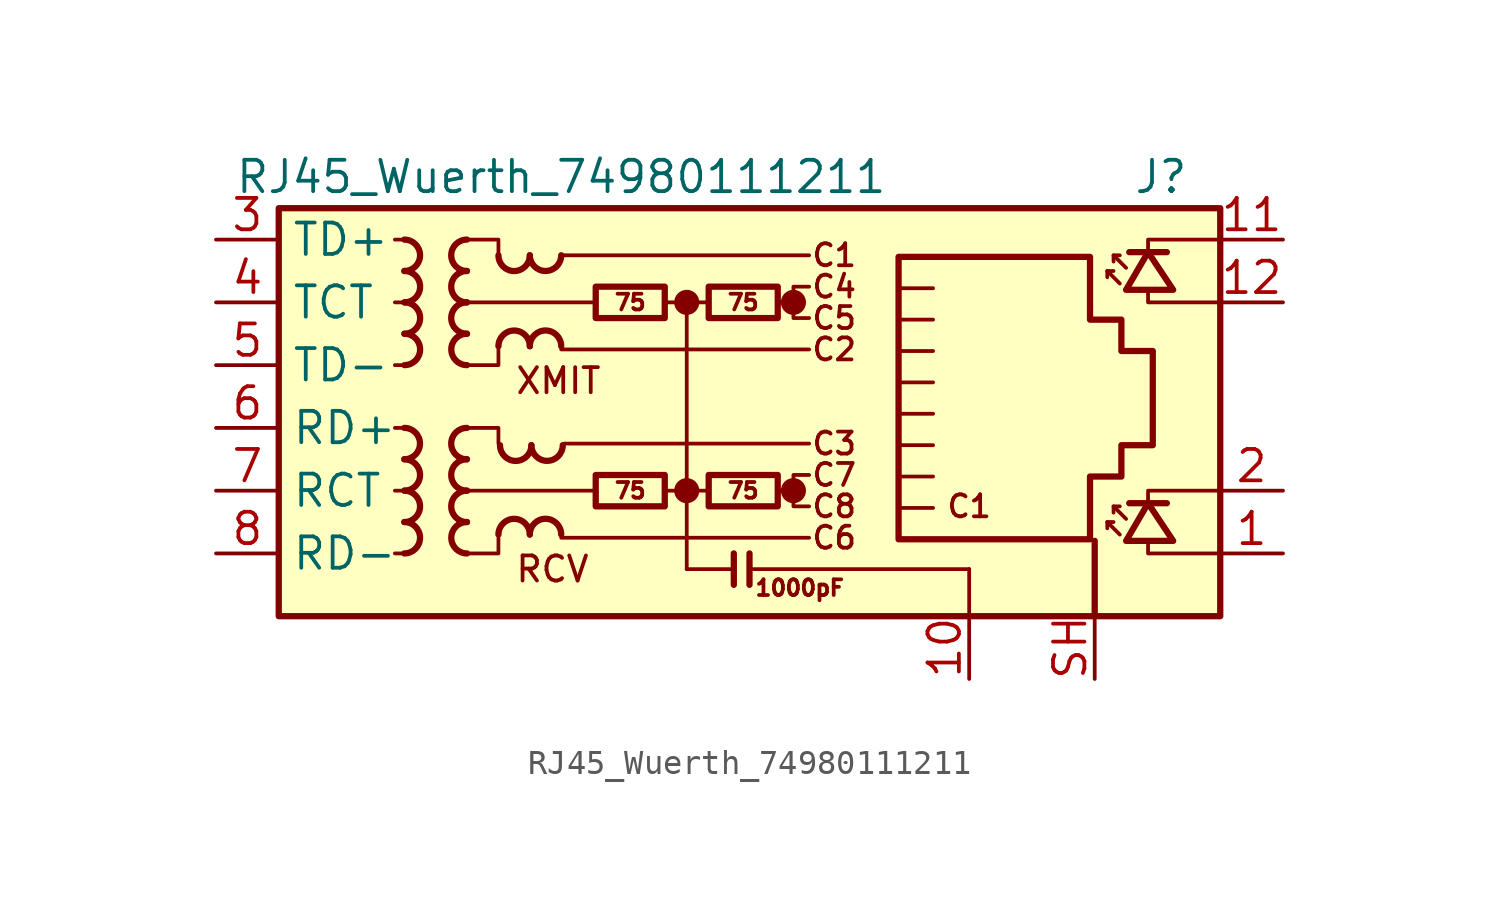
<source format=kicad_sym>
(kicad_symbol_lib
  (version 20241209)
  (generator "kicad_symbol_editor")
  (generator_version "9.0")
  (symbol "RJ45_Wuerth_74980111211"
    (property "Reference" "J"
      (at 19.05 10.16 0)
      (effects (font (size 1.27 1.27)) (justify right)))
    (property "Value" "RJ45_Wuerth_74980111211"
      (at -6.35 10.16 0)
      (effects (font (size 1.27 1.27))))
    (symbol "RJ45_Wuerth_74980111211_0_0"
      (circle (center -1.27 5.08) (radius 0.0001) (stroke (width 0.508) (type default)) (fill (type none)))
      (polyline (pts (xy -1.27 5.08) (xy -1.27 -5.715)) (stroke (width 0) (type default)) (fill (type none)))
      (circle (center -1.27 -2.54) (radius 0.0001) (stroke (width 0.508) (type default)) (fill (type none)))
      (polyline (pts (xy 0.635 -5.08) (xy 0.635 -6.35)) (stroke (width 0.254) (type default)) (fill (type none)))
      (polyline (pts (xy 1.27 -5.08) (xy 1.27 -6.35)) (stroke (width 0.254) (type default)) (fill (type none)))
      (polyline (pts (xy 3.048 5.08) (xy 2.54 5.08)) (stroke (width 0) (type default)) (fill (type none)))
      (circle (center 3.048 5.08) (radius 0.0001) (stroke (width 0.508) (type default)) (fill (type none)))
      (polyline (pts (xy 3.048 -2.54) (xy 2.54 -2.54)) (stroke (width 0) (type default)) (fill (type none)))
      (circle (center 3.048 -2.54) (radius 0.0001) (stroke (width 0.508) (type default)) (fill (type none)))
      (polyline (pts (xy 3.683 5.715) (xy 3.048 5.715) (xy 3.048 4.445) (xy 3.683 4.445)) (stroke (width 0) (type default)) (fill (type none)))
      (polyline (pts (xy 3.683 -1.905) (xy 3.048 -1.905) (xy 3.048 -3.175) (xy 3.683 -3.175)) (stroke (width 0) (type default)) (fill (type none)))
      (polyline (pts (xy 17.399 6.985) (xy 17.399 7.62) (xy 20.32 7.62)) (stroke (width 0) (type default)) (fill (type none)))
      (polyline (pts (xy 17.399 -3.175) (xy 17.399 -2.54) (xy 20.32 -2.54)) (stroke (width 0) (type default)) (fill (type none)))
      (polyline (pts (xy 20.32 5.08) (xy 17.399 5.08) (xy 17.399 5.588)) (stroke (width 0) (type default)) (fill (type none)))
      (polyline (pts (xy 20.32 -5.08) (xy 17.399 -5.08) (xy 17.399 -4.572)) (stroke (width 0) (type default)) (fill (type none)))
      (text "XMIT" (at -8.255 1.905 0) (effects (font (size 1.016 1.016)) (justify left)))
      (text "RCV" (at -8.255 -5.715 0) (effects (font (size 1.016 1.016)) (justify left)))
      (text "C1" (at 4.699 6.985 0) (effects (font (size 0.889 0.889))))
      (text "C4" (at 4.699 5.715 0) (effects (font (size 0.889 0.889))))
      (text "C5" (at 4.699 4.445 0) (effects (font (size 0.889 0.889))))
      (text "C2" (at 4.699 3.175 0) (effects (font (size 0.889 0.889))))
      (text "C3" (at 4.699 -0.635 0) (effects (font (size 0.889 0.889))))
      (text "C7" (at 4.699 -1.905 0) (effects (font (size 0.889 0.889))))
      (text "C8" (at 4.699 -3.175 0) (effects (font (size 0.889 0.889))))
      (text "C6" (at 4.699 -4.445 0) (effects (font (size 0.889 0.889))))
      (text "C1" (at 10.16 -3.175 0) (effects (font (size 0.889 0.889)))))
    (symbol "RJ45_Wuerth_74980111211_0_1"
      (rectangle (start -17.78 8.89) (end 20.32 -7.62) (stroke (width 0.254) (type default)) (fill (type background)))
      (polyline (pts (xy -12.7 7.62) (xy -13.081 7.62)) (stroke (width 0) (type default)) (fill (type none)))
      (polyline (pts (xy -12.7 5.08) (xy -13.081 5.08)) (stroke (width 0) (type default)) (fill (type none)))
      (polyline (pts (xy -12.7 2.54) (xy -13.081 2.54)) (stroke (width 0) (type default)) (fill (type none)))
      (polyline (pts (xy -12.7 0) (xy -13.081 0)) (stroke (width 0) (type default)) (fill (type none)))
      (polyline (pts (xy -12.7 -2.54) (xy -13.081 -2.54)) (stroke (width 0) (type default)) (fill (type none)))
      (polyline (pts (xy -12.7 -5.08) (xy -13.081 -5.08)) (stroke (width 0) (type default)) (fill (type none)))
      (polyline (pts (xy -10.16 7.62) (xy -8.89 7.62) (xy -8.89 6.985)) (stroke (width 0) (type default)) (fill (type none)))
      (polyline (pts (xy -10.16 0) (xy -8.89 0) (xy -8.89 -0.635)) (stroke (width 0) (type default)) (fill (type none)))
      (polyline (pts (xy -8.89 3.175) (xy -8.89 2.54) (xy -10.16 2.54)) (stroke (width 0) (type default)) (fill (type none)))
      (polyline (pts (xy -8.89 -4.445) (xy -8.89 -5.08) (xy -10.16 -5.08)) (stroke (width 0) (type default)) (fill (type none)))
      (polyline (pts (xy -6.35 6.985) (xy 3.683 6.985)) (stroke (width 0) (type default)) (fill (type none)))
      (polyline (pts (xy -6.35 3.175) (xy 3.683 3.175)) (stroke (width 0) (type default)) (fill (type none)))
      (polyline (pts (xy -6.35 -4.445) (xy 3.683 -4.445)) (stroke (width 0) (type default)) (fill (type none)))
      (polyline (pts (xy -6.223 -0.635) (xy 3.683 -0.635)) (stroke (width 0) (type default)) (fill (type none)))
      (polyline (pts (xy -5.08 -2.54) (xy -10.16 -2.54)) (stroke (width 0) (type default)) (fill (type none)))
      (polyline (pts (xy -4.953 5.08) (xy -10.16 5.08)) (stroke (width 0) (type default)) (fill (type none)))
      (polyline (pts (xy -2.159 5.08) (xy -0.381 5.08)) (stroke (width 0) (type default)) (fill (type none)))
      (polyline (pts (xy -2.159 -2.54) (xy -0.381 -2.54)) (stroke (width 0) (type default)) (fill (type none)))
      (polyline (pts (xy 0.635 -5.715) (xy -1.27 -5.715)) (stroke (width 0) (type default)) (fill (type none)))
      (polyline (pts (xy 7.429 3.111) (xy 8.7 3.111)) (stroke (width 0) (type default)) (fill (type none)))
      (polyline (pts (xy 7.429 1.841) (xy 8.7 1.841)) (stroke (width 0) (type default)) (fill (type none)))
      (polyline (pts (xy 7.429 0.572) (xy 8.7 0.572)) (stroke (width 0) (type default)) (fill (type none)))
      (polyline (pts (xy 7.429 -0.699) (xy 8.7 -0.699)) (stroke (width 0) (type default)) (fill (type none)))
      (polyline (pts (xy 7.429 -1.968) (xy 8.7 -1.968)) (stroke (width 0) (type default)) (fill (type none)))
      (polyline (pts (xy 8.7 5.652) (xy 7.429 5.652)) (stroke (width 0) (type default)) (fill (type none)))
      (polyline (pts (xy 8.7 4.381) (xy 7.429 4.381)) (stroke (width 0) (type default)) (fill (type none)))
      (polyline (pts (xy 8.7 -3.239) (xy 7.429 -3.239)) (stroke (width 0) (type default)) (fill (type none)))
      (polyline (pts (xy 10.16 -5.715) (xy 1.27 -5.715)) (stroke (width 0) (type default)) (fill (type none)))
      (polyline (pts (xy 10.16 -5.715) (xy 10.16 -7.62)) (stroke (width 0) (type default)) (fill (type none))))
    (symbol "RJ45_Wuerth_74980111211_1_0"
      (text "1000pF" (at 3.302 -6.477 0) (effects (font (size 0.635 0.635)))))
    (symbol "RJ45_Wuerth_74980111211_1_1"
      (arc (start -12.7 0) (mid -12.0677 -0.635) (end -12.7 -1.27) (stroke (width 0.254) (type default)) (fill (type none)))
      (arc (start -12.6973 7.62) (mid -12.065 6.985) (end -12.6973 6.35) (stroke (width 0.254) (type default)) (fill (type none)))
      (arc (start -12.6973 -1.27) (mid -12.065 -1.905) (end -12.6973 -2.54) (stroke (width 0.254) (type default)) (fill (type none)))
      (arc (start -12.6973 -2.54) (mid -12.065 -3.175) (end -12.6973 -3.81) (stroke (width 0.254) (type default)) (fill (type none)))
      (arc (start -12.6973 -3.81) (mid -12.065 -4.445) (end -12.6973 -5.08) (stroke (width 0.254) (type default)) (fill (type none)))
      (arc (start -12.6946 6.35) (mid -12.0623 5.715) (end -12.6946 5.08) (stroke (width 0.254) (type default)) (fill (type none)))
      (arc (start -12.6946 5.08) (mid -12.0623 4.445) (end -12.6946 3.81) (stroke (width 0.254) (type default)) (fill (type none)))
      (arc (start -12.6946 3.81) (mid -12.0623 3.175) (end -12.6946 2.54) (stroke (width 0.254) (type default)) (fill (type none)))
      (arc (start -10.1654 6.35) (mid -10.7977 6.985) (end -10.1654 7.62) (stroke (width 0.254) (type default)) (fill (type none)))
      (arc (start -10.1654 5.08) (mid -10.7977 5.715) (end -10.1654 6.35) (stroke (width 0.254) (type default)) (fill (type none)))
      (arc (start -10.1654 3.81) (mid -10.7977 4.445) (end -10.1654 5.08) (stroke (width 0.254) (type default)) (fill (type none)))
      (arc (start -10.1654 -1.27) (mid -10.7977 -0.635) (end -10.1654 0) (stroke (width 0.254) (type default)) (fill (type none)))
      (arc (start -10.1654 -2.54) (mid -10.7977 -1.905) (end -10.1654 -1.27) (stroke (width 0.254) (type default)) (fill (type none)))
      (arc (start -10.1654 -3.81) (mid -10.7977 -3.175) (end -10.1654 -2.54) (stroke (width 0.254) (type default)) (fill (type none)))
      (arc (start -10.1627 2.54) (mid -10.795 3.175) (end -10.1627 3.81) (stroke (width 0.254) (type default)) (fill (type none)))
      (arc (start -10.1627 -5.08) (mid -10.795 -4.445) (end -10.1627 -3.81) (stroke (width 0.254) (type default)) (fill (type none)))
      (arc (start -7.62 6.9823) (mid -8.255 6.35) (end -8.89 6.9823) (stroke (width 0.254) (type default)) (fill (type none)))
      (arc (start -8.89 3.3047) (mid -8.255 3.937) (end -7.62 3.3047) (stroke (width 0.254) (type default)) (fill (type none)))
      (arc (start -8.89 -4.3153) (mid -8.255 -3.683) (end -7.62 -4.3153) (stroke (width 0.254) (type default)) (fill (type none)))
      (arc (start -7.5565 -0.7012) (mid -8.1915 -1.3335) (end -8.8265 -0.7012) (stroke (width 0.254) (type default)) (fill (type none)))
      (arc (start -6.35 6.985) (mid -6.985 6.3527) (end -7.62 6.985) (stroke (width 0.254) (type default)) (fill (type none)))
      (arc (start -7.62 3.3074) (mid -6.985 3.9397) (end -6.35 3.3074) (stroke (width 0.254) (type default)) (fill (type none)))
      (arc (start -7.62 -4.3126) (mid -6.985 -3.6803) (end -6.35 -4.3126) (stroke (width 0.254) (type default)) (fill (type none)))
      (arc (start -6.2865 -0.6985) (mid -6.9215 -1.3308) (end -7.5565 -0.6985) (stroke (width 0.254) (type default)) (fill (type none)))
      (rectangle (start -4.953 5.715) (end -2.159 4.445) (stroke (width 0.254) (type default)) (fill (type none)))
      (rectangle (start -4.953 -1.905) (end -2.159 -3.175) (stroke (width 0.254) (type default)) (fill (type none)))
      (rectangle (start -0.381 5.715) (end 2.413 4.445) (stroke (width 0.254) (type default)) (fill (type none)))
      (rectangle (start -0.381 -1.905) (end 2.413 -3.175) (stroke (width 0.254) (type default)) (fill (type none)))
      (polyline (pts (xy 7.303 -4.508) (xy 7.303 6.921) (xy 15.05 6.921) (xy 15.05 4.381) (xy 16.32 4.381) (xy 16.32 3.111) (xy 17.59 3.111) (xy 17.59 -0.699) (xy 16.32 -0.699) (xy 16.32 -1.968) (xy 15.05 -1.968) (xy 15.05 -4.508) (xy 7.303 -4.508)) (stroke (width 0.254) (type default)) (fill (type none)))
      (polyline (pts (xy 15.24 -7.62) (xy 15.24 -4.572)) (stroke (width 0.254) (type default)) (fill (type none)))
      (polyline (pts (xy 15.748 6.35) (xy 15.748 6.096)) (stroke (width 0) (type default)) (fill (type none)))
      (polyline (pts (xy 15.748 -3.81) (xy 15.748 -4.064)) (stroke (width 0) (type default)) (fill (type none)))
      (polyline (pts (xy 16.002 6.985) (xy 16.002 6.731)) (stroke (width 0) (type default)) (fill (type none)))
      (polyline (pts (xy 16.002 -3.175) (xy 16.002 -3.429)) (stroke (width 0) (type default)) (fill (type none)))
      (polyline (pts (xy 16.256 5.842) (xy 15.748 6.35) (xy 16.002 6.35)) (stroke (width 0) (type default)) (fill (type none)))
      (polyline (pts (xy 16.256 -4.318) (xy 15.748 -3.81) (xy 16.002 -3.81)) (stroke (width 0) (type default)) (fill (type none)))
      (polyline (pts (xy 16.51 6.477) (xy 16.002 6.985) (xy 16.256 6.985)) (stroke (width 0) (type default)) (fill (type none)))
      (polyline (pts (xy 16.51 5.588) (xy 18.415 5.588) (xy 17.399 7.112) (xy 16.51 5.588)) (stroke (width 0.254) (type default)) (fill (type none)))
      (polyline (pts (xy 16.51 -3.683) (xy 16.002 -3.175) (xy 16.256 -3.175)) (stroke (width 0) (type default)) (fill (type none)))
      (polyline (pts (xy 16.51 -4.572) (xy 18.415 -4.572) (xy 17.399 -3.048) (xy 16.51 -4.572)) (stroke (width 0.254) (type default)) (fill (type none)))
      (polyline (pts (xy 16.637 7.112) (xy 18.161 7.112)) (stroke (width 0.254) (type default)) (fill (type none)))
      (polyline (pts (xy 16.637 -3.048) (xy 18.161 -3.048)) (stroke (width 0.254) (type default)) (fill (type none)))
      (text "75" (at -3.556 5.08 0) (effects (font (size 0.635 0.635))))
      (text "75" (at -3.556 -2.54 0) (effects (font (size 0.635 0.635))))
      (text "75" (at 1.016 5.08 0) (effects (font (size 0.635 0.635))))
      (text "75" (at 1.016 -2.54 0) (effects (font (size 0.635 0.635))))
      (pin passive line (at -20.32 7.62 0) (length 2.54) (name "TD+" (effects (font (size 1.27 1.27)))) (number "3" (effects (font (size 1.27 1.27)))))
      (pin passive line (at -20.32 5.08 0) (length 2.54) (name "TCT" (effects (font (size 1.27 1.27)))) (number "4" (effects (font (size 1.27 1.27)))))
      (pin passive line (at -20.32 2.54 0) (length 2.54) (name "TD-" (effects (font (size 1.27 1.27)))) (number "5" (effects (font (size 1.27 1.27)))))
      (pin passive line (at -20.32 0 0) (length 2.54) (name "RD+" (effects (font (size 1.27 1.27)))) (number "6" (effects (font (size 1.27 1.27)))))
      (pin passive line (at -20.32 -2.54 0) (length 2.54) (name "RCT" (effects (font (size 1.27 1.27)))) (number "7" (effects (font (size 1.27 1.27)))))
      (pin passive line (at -20.32 -5.08 0) (length 2.54) (name "RD-" (effects (font (size 1.27 1.27)))) (number "8" (effects (font (size 1.27 1.27)))))
      (pin power_in line (at 10.16 -10.16 90) (length 2.54) (name "" (effects (font (size 1.27 1.27)))) (number "10" (effects (font (size 1.27 1.27)))))
      (pin passive line (at 15.24 -10.16 90) (length 2.54) (name "" (effects (font (size 1.27 1.27)))) (number "SH" (effects (font (size 1.27 1.27)))))
      (pin no_connect line (at 20.32 0 0) (length 0) (hide yes) (name "NC" (effects (font (size 1.27 1.27)))) (number "9" (effects (font (size 1.27 1.27)))))
      (pin passive line (at 22.86 7.62 180) (length 2.54) (name "" (effects (font (size 1.27 1.27)))) (number "11" (effects (font (size 1.27 1.27)))))
      (pin passive line (at 22.86 5.08 180) (length 2.54) (name "" (effects (font (size 1.27 1.27)))) (number "12" (effects (font (size 1.27 1.27)))))
      (pin passive line (at 22.86 -2.54 180) (length 2.54) (name "" (effects (font (size 1.27 1.27)))) (number "2" (effects (font (size 1.27 1.27)))))
      (pin passive line (at 22.86 -5.08 180) (length 2.54) (name "" (effects (font (size 1.27 1.27)))) (number "1" (effects (font (size 1.27 1.27))))))))
</source>
